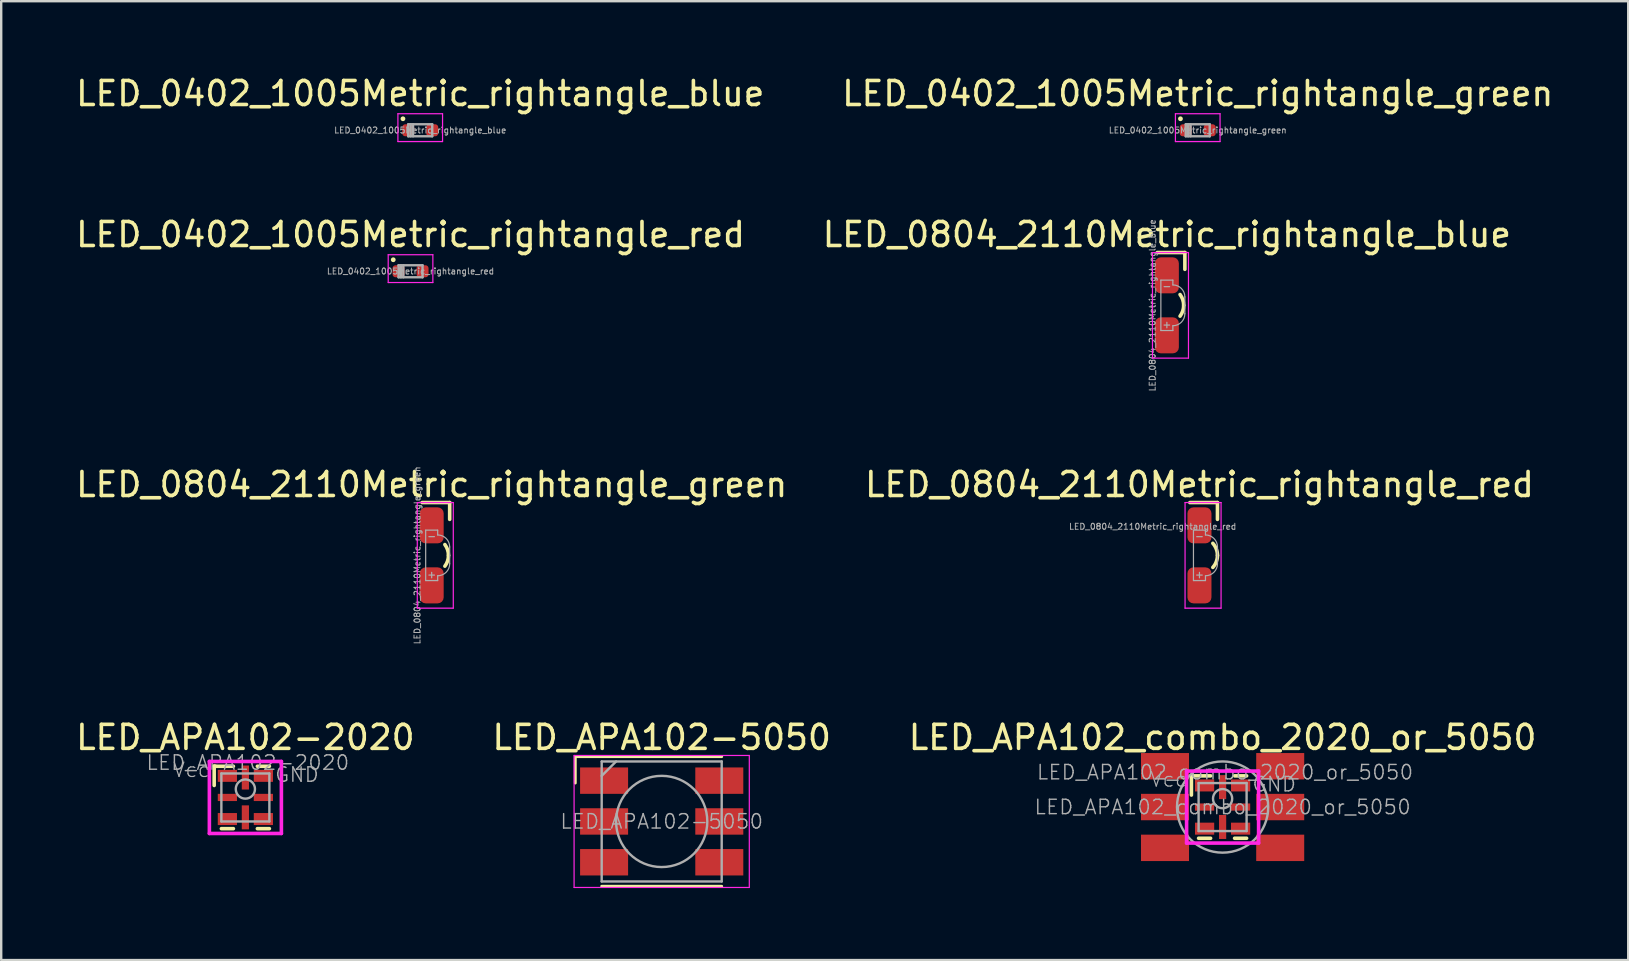
<source format=kicad_pcb>
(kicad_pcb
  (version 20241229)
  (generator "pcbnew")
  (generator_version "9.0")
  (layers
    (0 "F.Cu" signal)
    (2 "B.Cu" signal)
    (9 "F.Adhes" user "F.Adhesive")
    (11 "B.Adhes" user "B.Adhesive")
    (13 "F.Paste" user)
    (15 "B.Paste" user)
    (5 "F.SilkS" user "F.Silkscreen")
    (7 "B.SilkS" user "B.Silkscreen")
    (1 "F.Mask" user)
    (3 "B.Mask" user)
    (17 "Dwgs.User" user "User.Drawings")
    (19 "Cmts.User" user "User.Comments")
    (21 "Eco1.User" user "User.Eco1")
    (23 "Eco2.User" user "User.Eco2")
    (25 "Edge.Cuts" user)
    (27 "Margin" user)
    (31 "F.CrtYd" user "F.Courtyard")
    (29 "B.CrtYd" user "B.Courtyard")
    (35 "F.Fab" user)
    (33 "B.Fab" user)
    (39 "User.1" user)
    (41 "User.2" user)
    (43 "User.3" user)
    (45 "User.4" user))
  (footprint "LED_APA102-2020"
    (layer "F.Cu")
    (at 7.173 30.174)
    (property "Reference" "LED_APA102-2020" (at 0 -2.5 180) (layer "F.SilkS") (effects (font (size 1 1) (thickness 0.15))))
    (attr smd)
    (fp_line (start -1.3 -1.3) (end -1.3 -0.5) (stroke (width 0.15) (type solid)) (layer "F.SilkS"))
    (fp_line (start -1.25 -1.3) (end -1.3 -1.3) (stroke (width 0.15) (type solid)) (layer "F.SilkS"))
    (fp_line (start -0.5 -1.3) (end -1.3 -1.3) (stroke (width 0.15) (type solid)) (layer "F.SilkS"))
    (fp_line (start -0.5 1.3) (end -1 1.3) (stroke (width 0.15) (type solid)) (layer "F.SilkS"))
    (fp_line (start 1 -1.3) (end 0.5 -1.3) (stroke (width 0.15) (type solid)) (layer "F.SilkS"))
    (fp_line (start 1 1.3) (end 0.5 1.3) (stroke (width 0.15) (type solid)) (layer "F.SilkS"))
    (fp_line (start -1.5 -1.5) (end 1.5 -1.5) (stroke (width 0.15) (type solid)) (layer "F.CrtYd"))
    (fp_line (start -1.5 1.5) (end -1.5 -1.5) (stroke (width 0.15) (type solid)) (layer "F.CrtYd"))
    (fp_line (start 1.5 -1.5) (end 1.5 1.5) (stroke (width 0.15) (type solid)) (layer "F.CrtYd"))
    (fp_line (start 1.5 1.5) (end -1.5 1.5) (stroke (width 0.15) (type solid)) (layer "F.CrtYd"))
    (fp_line (start -1 -1) (end -1 1) (stroke (width 0.1) (type solid)) (layer "F.Fab"))
    (fp_line (start -1 1) (end 1 1) (stroke (width 0.1) (type solid)) (layer "F.Fab"))
    (fp_line (start 1 -1) (end -1 -1) (stroke (width 0.1) (type solid)) (layer "F.Fab"))
    (fp_line (start 1 1) (end 1 -1) (stroke (width 0.1) (type solid)) (layer "F.Fab"))
    (fp_circle (center 0 -0.35) (end 0.4 -0.35) (stroke (width 0.1) (type solid)) (fill no) (layer "F.Fab"))
    (fp_text user "${REFERENCE}" (at 0.1 -1.45 0) (layer "F.Fab") (effects (font (size 0.6 0.6) (thickness 0.06))))
    (fp_text user "Vcc" (at -2.25 -1.15 0) (layer "F.Fab") (effects (font (size 0.6 0.6) (thickness 0.05))))
    (fp_text user "GND" (at 2.15 -0.95 0) (layer "F.Fab") (effects (font (size 0.6 0.6) (thickness 0.06))))
    (pad "1" smd rect (at -0.75 -0.9) (size 0.8 0.5) (layers "F.Cu" "F.Mask" "F.Paste"))
    (pad "1" smd rect (at 0 -0.83) (size 0.3 1) (layers "F.Cu" "F.Mask" "F.Paste"))
    (pad "2" smd rect (at -0.75 0) (size 0.8 0.3) (layers "F.Cu" "F.Mask" "F.Paste"))
    (pad "3" smd rect (at -0.75 0.9) (size 0.8 0.5) (layers "F.Cu" "F.Mask" "F.Paste"))
    (pad "4" smd rect (at 0.75 0.9) (size 0.8 0.5) (layers "F.Cu" "F.Mask" "F.Paste"))
    (pad "5" smd rect (at 0.75 0) (size 0.8 0.3) (layers "F.Cu" "F.Mask" "F.Paste"))
    (pad "6" smd rect (at 0 0.83) (size 0.3 1) (layers "F.Cu" "F.Mask" "F.Paste"))
    (pad "6" smd rect (at 0.75 -0.9) (size 0.8 0.5) (layers "F.Cu" "F.Mask" "F.Paste")))
  (footprint "LED_0804_2110Metric_rightangle_green"
    (layer "F.Cu")
    (at 14.935 20.088)
    (property "Reference" "LED_0804_2110Metric_rightangle_green" (at 0 -2.95 0) (layer "F.SilkS") (effects (font (size 1 1) (thickness 0.15))))
    (attr smd)
    (fp_line (start 0.75 -2.2) (end -0.4 -2.2) (stroke (width 0.15) (type solid)) (layer "F.SilkS"))
    (fp_line (start 0.75 -2.2) (end 0.75 -1.5) (stroke (width 0.15) (type solid)) (layer "F.SilkS"))
    (fp_arc (start 0.55 -0.45) (mid 0.661512 -0.237171) (end 0.7 0) (stroke (width 0.15) (type solid)) (layer "F.SilkS"))
    (fp_arc (start 0.7 0) (mid 0.661512 0.237171) (end 0.55 0.45) (stroke (width 0.15) (type solid)) (layer "F.SilkS"))
    (fp_line (start -0.6 -2.2) (end -0.6 2.2) (stroke (width 0.05) (type solid)) (layer "F.CrtYd"))
    (fp_line (start -0.6 -2.2) (end 0.9 -2.2) (stroke (width 0.05) (type solid)) (layer "F.CrtYd"))
    (fp_line (start -0.6 2.2) (end 0.9 2.2) (stroke (width 0.05) (type solid)) (layer "F.CrtYd"))
    (fp_line (start 0.9 -2.2) (end 0.9 2.2) (stroke (width 0.05) (type solid)) (layer "F.CrtYd"))
    (fp_line (start -0.25 -1.05) (end -0.25 1.05) (stroke (width 0.05) (type solid)) (layer "F.Fab"))
    (fp_line (start -0.25 1.05) (end 0.25 1.05) (stroke (width 0.05) (type solid)) (layer "F.Fab"))
    (fp_line (start 0.25 -1.05) (end -0.25 -1.05) (stroke (width 0.05) (type solid)) (layer "F.Fab"))
    (fp_line (start 0.25 -1.05) (end 0.25 -0.85) (stroke (width 0.05) (type solid)) (layer "F.Fab"))
    (fp_line (start 0.25 1.05) (end 0.25 0.85) (stroke (width 0.05) (type solid)) (layer "F.Fab"))
    (fp_line (start 0.75 0) (end 0.75 -0.35) (stroke (width 0.05) (type solid)) (layer "F.Fab"))
    (fp_line (start 0.75 0) (end 0.75 0.35) (stroke (width 0.05) (type solid)) (layer "F.Fab"))
    (fp_arc (start 0.25 -0.85) (mid 0.603553 -0.703553) (end 0.75 -0.35) (stroke (width 0.05) (type solid)) (layer "F.Fab"))
    (fp_arc (start 0.75 0.35) (mid 0.603553 0.703553) (end 0.25 0.85) (stroke (width 0.05) (type solid)) (layer "F.Fab"))
    (fp_text user "+" (at 0 0.8 180) (layer "F.Fab") (effects (font (size 0.3 0.3) (thickness 0.05))))
    (fp_text user "-" (at 0 -0.8 0) (layer "F.Fab") (effects (font (size 0.3 0.3) (thickness 0.05))))
    (fp_text user "${REFERENCE}" (at -0.6 0 270) (layer "F.Fab") (effects (font (size 0.25 0.25) (thickness 0.04))))
    (pad "1" smd roundrect (at 0 -1.25) (size 1 1.5) (layers "F.Cu" "F.Mask" "F.Paste") (roundrect_rratio 0.25))
    (pad "2" smd roundrect (at 0 1.25 180) (size 1 1.5) (layers "F.Cu" "F.Mask" "F.Paste") (roundrect_rratio 0.25)))
  (footprint "LED_APA102_combo_2020_or_5050"
    (layer "F.Cu")
    (at 47.887 30.574)
    (property "Reference" "LED_APA102_combo_2020_or_5050" (at 0 -2.9 180) (layer "F.SilkS") (effects (font (size 1 1) (thickness 0.15))))
    (attr smd)
    (fp_line (start -1.3 -1.3) (end -1.3 -0.5) (stroke (width 0.15) (type solid)) (layer "F.SilkS"))
    (fp_line (start -1.25 -1.3) (end -1.3 -1.3) (stroke (width 0.15) (type solid)) (layer "F.SilkS"))
    (fp_line (start -0.5 -1.3) (end -1.3 -1.3) (stroke (width 0.15) (type solid)) (layer "F.SilkS"))
    (fp_line (start -0.5 1.3) (end -1 1.3) (stroke (width 0.15) (type solid)) (layer "F.SilkS"))
    (fp_line (start 1 -1.3) (end 0.5 -1.3) (stroke (width 0.15) (type solid)) (layer "F.SilkS"))
    (fp_line (start 1 1.3) (end 0.5 1.3) (stroke (width 0.15) (type solid)) (layer "F.SilkS"))
    (fp_line (start -1.5 -1.5) (end 1.5 -1.5) (stroke (width 0.15) (type solid)) (layer "F.CrtYd"))
    (fp_line (start -1.5 1.5) (end -1.5 -1.5) (stroke (width 0.15) (type solid)) (layer "F.CrtYd"))
    (fp_line (start 1.5 -1.5) (end 1.5 1.5) (stroke (width 0.15) (type solid)) (layer "F.CrtYd"))
    (fp_line (start 1.5 1.5) (end -1.5 1.5) (stroke (width 0.15) (type solid)) (layer "F.CrtYd"))
    (fp_line (start -1 -1) (end -1 1) (stroke (width 0.1) (type solid)) (layer "F.Fab"))
    (fp_line (start -1 1) (end 1 1) (stroke (width 0.1) (type solid)) (layer "F.Fab"))
    (fp_line (start 1 -1) (end -1 -1) (stroke (width 0.1) (type solid)) (layer "F.Fab"))
    (fp_line (start 1 1) (end 1 -1) (stroke (width 0.1) (type solid)) (layer "F.Fab"))
    (fp_circle (center 0 -0.35) (end 0.4 -0.35) (stroke (width 0.1) (type solid)) (fill no) (layer "F.Fab"))
    (fp_circle (center 0 0) (end 0 -1.9) (stroke (width 0.1) (type solid)) (fill no) (layer "F.Fab"))
    (fp_text user "GND" (at 2.15 -0.95 0) (layer "F.Fab") (effects (font (size 0.6 0.6) (thickness 0.06))))
    (fp_text user "${REFERENCE}" (at 0.1 -1.45 0) (layer "F.Fab") (effects (font (size 0.6 0.6) (thickness 0.06))))
    (fp_text user "Vcc" (at -2.25 -1.15 0) (layer "F.Fab") (effects (font (size 0.6 0.6) (thickness 0.05))))
    (fp_text user "${REFERENCE}" (at 0 0 0) (layer "F.Fab") (effects (font (size 0.6 0.6) (thickness 0.06))))
    (pad "1" smd rect (at -2.4 -1.7 90) (size 1.1 2) (layers "F.Cu" "F.Mask" "F.Paste"))
    (pad "1" smd rect (at -0.75 -0.9) (size 0.8 0.5) (layers "F.Cu" "F.Mask" "F.Paste"))
    (pad "1" smd rect (at 0 -0.83) (size 0.3 1) (layers "F.Cu" "F.Mask" "F.Paste"))
    (pad "2" smd rect (at -2.4 0 90) (size 1.1 2) (layers "F.Cu" "F.Mask" "F.Paste"))
    (pad "2" smd rect (at -0.75 0) (size 0.8 0.3) (layers "F.Cu" "F.Mask" "F.Paste"))
    (pad "3" smd rect (at -2.4 1.7 90) (size 1.1 2) (layers "F.Cu" "F.Mask" "F.Paste"))
    (pad "3" smd rect (at -0.75 0.9) (size 0.8 0.5) (layers "F.Cu" "F.Mask" "F.Paste"))
    (pad "4" smd rect (at 0.75 0.9) (size 0.8 0.5) (layers "F.Cu" "F.Mask" "F.Paste"))
    (pad "4" smd rect (at 2.4 1.7 90) (size 1.1 2) (layers "F.Cu" "F.Mask" "F.Paste"))
    (pad "5" smd rect (at 0.75 0) (size 0.8 0.3) (layers "F.Cu" "F.Mask" "F.Paste"))
    (pad "5" smd rect (at 2.4 0 90) (size 1.1 2) (layers "F.Cu" "F.Mask" "F.Paste"))
    (pad "6" smd rect (at 0 0.83) (size 0.3 1) (layers "F.Cu" "F.Mask" "F.Paste"))
    (pad "6" smd rect (at 0.75 -0.9) (size 0.8 0.5) (layers "F.Cu" "F.Mask" "F.Paste"))
    (pad "6" smd rect (at 2.4 -1.7 90) (size 1.1 2) (layers "F.Cu" "F.Mask" "F.Paste")))
  (footprint "LED_0402_1005Metric_rightangle_blue"
    (layer "F.Cu")
    (at 14.458 2.378)
    (property "Reference" "LED_0402_1005Metric_rightangle_blue" (at 0 -1.53 0) (layer "F.SilkS") (effects (font (size 1 1) (thickness 0.15))))
    (attr smd)
    (fp_circle (center -0.72 -0.48) (end -0.67 -0.48) (stroke (width 0.1) (type solid)) (fill no) (layer "F.SilkS"))
    (fp_line (start -0.93 -0.69) (end 0.93 -0.69) (stroke (width 0.05) (type solid)) (layer "F.CrtYd"))
    (fp_line (start -0.93 0.47) (end -0.93 -0.69) (stroke (width 0.05) (type solid)) (layer "F.CrtYd"))
    (fp_line (start 0.93 -0.69) (end 0.93 0.47) (stroke (width 0.05) (type solid)) (layer "F.CrtYd"))
    (fp_line (start 0.93 0.47) (end -0.93 0.47) (stroke (width 0.05) (type solid)) (layer "F.CrtYd"))
    (fp_line (start -0.5 -0.25) (end 0.5 -0.25) (stroke (width 0.1) (type solid)) (layer "F.Fab"))
    (fp_line (start -0.5 0.25) (end -0.5 -0.25) (stroke (width 0.1) (type solid)) (layer "F.Fab"))
    (fp_line (start -0.4 0.25) (end -0.4 -0.25) (stroke (width 0.1) (type solid)) (layer "F.Fab"))
    (fp_line (start -0.3 0.25) (end -0.3 -0.25) (stroke (width 0.1) (type solid)) (layer "F.Fab"))
    (fp_line (start 0.5 -0.25) (end 0.5 0.25) (stroke (width 0.1) (type solid)) (layer "F.Fab"))
    (fp_line (start 0.5 0.25) (end -0.5 0.25) (stroke (width 0.1) (type solid)) (layer "F.Fab"))
    (fp_text user "${REFERENCE}" (at 0 0 0) (layer "F.Fab") (effects (font (size 0.25 0.25) (thickness 0.04))))
    (pad "1" smd roundrect (at -0.5 0) (size 0.5 0.5) (layers "F.Cu" "F.Mask" "F.Paste") (roundrect_rratio 0.25))
    (pad "2" smd roundrect (at 0.5 0) (size 0.5 0.5) (layers "F.Cu" "F.Mask" "F.Paste") (roundrect_rratio 0.25)))
  (footprint "LED_APA102-5050"
    (layer "F.Cu")
    (at 24.518 31.174)
    (property "Reference" "LED_APA102-5050" (at 0 -3.5 180) (layer "F.SilkS") (effects (font (size 1 1) (thickness 0.15))))
    (attr smd)
    (fp_line (start -3.6 -2.7) (end 2.5 -2.7) (stroke (width 0.12) (type solid)) (layer "F.SilkS"))
    (fp_line (start -3.6 -1.6) (end -3.6 -2.7) (stroke (width 0.12) (type solid)) (layer "F.SilkS"))
    (fp_line (start 2.5 2.7) (end -2.5 2.7) (stroke (width 0.12) (type solid)) (layer "F.SilkS"))
    (fp_line (start -3.65 -2.75) (end -3.65 2.75) (stroke (width 0.05) (type solid)) (layer "F.CrtYd"))
    (fp_line (start -3.65 2.75) (end 3.65 2.75) (stroke (width 0.05) (type solid)) (layer "F.CrtYd"))
    (fp_line (start 3.65 -2.75) (end -3.65 -2.75) (stroke (width 0.05) (type solid)) (layer "F.CrtYd"))
    (fp_line (start 3.65 2.75) (end 3.65 -2.75) (stroke (width 0.05) (type solid)) (layer "F.CrtYd"))
    (fp_line (start -2.5 -2.5) (end -2.5 2.5) (stroke (width 0.1) (type solid)) (layer "F.Fab"))
    (fp_line (start -2.5 -1.9) (end -1.9 -2.5) (stroke (width 0.1) (type solid)) (layer "F.Fab"))
    (fp_line (start -2.5 2.5) (end 2.5 2.5) (stroke (width 0.1) (type solid)) (layer "F.Fab"))
    (fp_line (start 2.5 -2.5) (end -2.5 -2.5) (stroke (width 0.1) (type solid)) (layer "F.Fab"))
    (fp_line (start 2.5 2.5) (end 2.5 -2.5) (stroke (width 0.1) (type solid)) (layer "F.Fab"))
    (fp_circle (center 0 0) (end 0 -1.9) (stroke (width 0.1) (type solid)) (fill no) (layer "F.Fab"))
    (fp_text user "${REFERENCE}" (at 0 0 0) (layer "F.Fab") (effects (font (size 0.6 0.6) (thickness 0.06))))
    (pad "1" smd rect (at -2.4 -1.7 90) (size 1.1 2) (layers "F.Cu" "F.Mask" "F.Paste"))
    (pad "2" smd rect (at -2.4 0 90) (size 1.1 2) (layers "F.Cu" "F.Mask" "F.Paste"))
    (pad "3" smd rect (at -2.4 1.7 90) (size 1.1 2) (layers "F.Cu" "F.Mask" "F.Paste"))
    (pad "4" smd rect (at 2.4 1.7 90) (size 1.1 2) (layers "F.Cu" "F.Mask" "F.Paste"))
    (pad "5" smd rect (at 2.4 0 90) (size 1.1 2) (layers "F.Cu" "F.Mask" "F.Paste"))
    (pad "6" smd rect (at 2.4 -1.7 90) (size 1.1 2) (layers "F.Cu" "F.Mask" "F.Paste")))
  (footprint "LED_0804_2110Metric_rightangle_red"
    (layer "F.Cu")
    (at 46.923 20.088)
    (property "Reference" "LED_0804_2110Metric_rightangle_red" (at 0 -2.95 0) (layer "F.SilkS") (effects (font (size 1 1) (thickness 0.15))))
    (attr smd)
    (fp_line (start 0.75 -2.2) (end -0.4 -2.2) (stroke (width 0.15) (type solid)) (layer "F.SilkS"))
    (fp_line (start 0.75 -2.2) (end 0.75 -1.5) (stroke (width 0.15) (type solid)) (layer "F.SilkS"))
    (fp_arc (start 0.557471 -0.501724) (mid 0.700216 -0.268698) (end 0.75 0) (stroke (width 0.15) (type solid)) (layer "F.SilkS"))
    (fp_arc (start 0.75 0) (mid 0.700185 0.268776) (end 0.557359 0.501848) (stroke (width 0.15) (type solid)) (layer "F.SilkS"))
    (fp_line (start -0.6 -2.2) (end -0.6 2.2) (stroke (width 0.05) (type solid)) (layer "F.CrtYd"))
    (fp_line (start -0.6 -2.2) (end 0.9 -2.2) (stroke (width 0.05) (type solid)) (layer "F.CrtYd"))
    (fp_line (start -0.6 2.2) (end 0.9 2.2) (stroke (width 0.05) (type solid)) (layer "F.CrtYd"))
    (fp_line (start 0.9 -2.2) (end 0.9 2.2) (stroke (width 0.05) (type solid)) (layer "F.CrtYd"))
    (fp_line (start -0.25 -1.05) (end -0.25 1.05) (stroke (width 0.05) (type solid)) (layer "F.Fab"))
    (fp_line (start -0.25 1.05) (end 0.25 1.05) (stroke (width 0.05) (type solid)) (layer "F.Fab"))
    (fp_line (start 0.25 -1.05) (end -0.25 -1.05) (stroke (width 0.05) (type solid)) (layer "F.Fab"))
    (fp_line (start 0.25 -1.05) (end 0.25 -0.85) (stroke (width 0.05) (type solid)) (layer "F.Fab"))
    (fp_line (start 0.25 1.05) (end 0.25 0.85) (stroke (width 0.05) (type solid)) (layer "F.Fab"))
    (fp_line (start 0.75 0) (end 0.75 -0.35) (stroke (width 0.05) (type solid)) (layer "F.Fab"))
    (fp_line (start 0.75 0) (end 0.75 0.35) (stroke (width 0.05) (type solid)) (layer "F.Fab"))
    (fp_arc (start 0.25 -0.85) (mid 0.603553 -0.703553) (end 0.75 -0.35) (stroke (width 0.05) (type solid)) (layer "F.Fab"))
    (fp_arc (start 0.75 0.35) (mid 0.603553 0.703553) (end 0.25 0.85) (stroke (width 0.05) (type solid)) (layer "F.Fab"))
    (fp_text user "${REFERENCE}" (at -1.95 -1.2 0) (layer "F.Fab") (effects (font (size 0.25 0.25) (thickness 0.04))))
    (fp_text user "-" (at 0 -0.8 0) (layer "F.Fab") (effects (font (size 0.3 0.3) (thickness 0.05))))
    (fp_text user "+" (at 0 0.8 180) (layer "F.Fab") (effects (font (size 0.3 0.3) (thickness 0.05))))
    (pad "1" smd roundrect (at 0 -1.25) (size 1 1.5) (layers "F.Cu" "F.Mask" "F.Paste") (roundrect_rratio 0.25))
    (pad "2" smd roundrect (at 0 1.25 180) (size 1 1.5) (layers "F.Cu" "F.Mask" "F.Paste") (roundrect_rratio 0.25)))
  (footprint "LED_0804_2110Metric_rightangle_blue"
    (layer "F.Cu")
    (at 45.565 9.671)
    (property "Reference" "LED_0804_2110Metric_rightangle_blue" (at 0 -2.95 0) (layer "F.SilkS") (effects (font (size 1 1) (thickness 0.15))))
    (attr smd)
    (fp_line (start 0.75 -2.2) (end -0.4 -2.2) (stroke (width 0.15) (type solid)) (layer "F.SilkS"))
    (fp_line (start 0.75 -2.2) (end 0.75 -1.5) (stroke (width 0.15) (type solid)) (layer "F.SilkS"))
    (fp_arc (start 0.55 -0.45) (mid 0.661512 -0.237171) (end 0.7 0) (stroke (width 0.15) (type solid)) (layer "F.SilkS"))
    (fp_arc (start 0.7 0) (mid 0.661512 0.237171) (end 0.55 0.45) (stroke (width 0.15) (type solid)) (layer "F.SilkS"))
    (fp_line (start -0.6 -2.2) (end -0.6 2.2) (stroke (width 0.05) (type solid)) (layer "F.CrtYd"))
    (fp_line (start -0.6 -2.2) (end 0.9 -2.2) (stroke (width 0.05) (type solid)) (layer "F.CrtYd"))
    (fp_line (start -0.6 2.2) (end 0.9 2.2) (stroke (width 0.05) (type solid)) (layer "F.CrtYd"))
    (fp_line (start 0.9 -2.2) (end 0.9 2.2) (stroke (width 0.05) (type solid)) (layer "F.CrtYd"))
    (fp_line (start -0.25 -1.05) (end -0.25 1.05) (stroke (width 0.05) (type solid)) (layer "F.Fab"))
    (fp_line (start -0.25 1.05) (end 0.25 1.05) (stroke (width 0.05) (type solid)) (layer "F.Fab"))
    (fp_line (start 0.25 -1.05) (end -0.25 -1.05) (stroke (width 0.05) (type solid)) (layer "F.Fab"))
    (fp_line (start 0.25 -1.05) (end 0.25 -0.85) (stroke (width 0.05) (type solid)) (layer "F.Fab"))
    (fp_line (start 0.25 1.05) (end 0.25 0.85) (stroke (width 0.05) (type solid)) (layer "F.Fab"))
    (fp_line (start 0.75 0) (end 0.75 -0.35) (stroke (width 0.05) (type solid)) (layer "F.Fab"))
    (fp_line (start 0.75 0) (end 0.75 0.35) (stroke (width 0.05) (type solid)) (layer "F.Fab"))
    (fp_arc (start 0.25 -0.85) (mid 0.603553 -0.703553) (end 0.75 -0.35) (stroke (width 0.05) (type solid)) (layer "F.Fab"))
    (fp_arc (start 0.75 0.35) (mid 0.603553 0.703553) (end 0.25 0.85) (stroke (width 0.05) (type solid)) (layer "F.Fab"))
    (fp_text user "-" (at 0 -0.8 0) (layer "F.Fab") (effects (font (size 0.3 0.3) (thickness 0.05))))
    (fp_text user "+" (at 0 0.8 180) (layer "F.Fab") (effects (font (size 0.3 0.3) (thickness 0.05))))
    (fp_text user "${REFERENCE}" (at -0.6 0 270) (layer "F.Fab") (effects (font (size 0.25 0.25) (thickness 0.04))))
    (pad "1" smd roundrect (at 0 -1.25) (size 1 1.5) (layers "F.Cu" "F.Mask" "F.Paste") (roundrect_rratio 0.25))
    (pad "2" smd roundrect (at 0 1.25 180) (size 1 1.5) (layers "F.Cu" "F.Mask" "F.Paste") (roundrect_rratio 0.25)))
  (footprint "LED_0402_1005Metric_rightangle_red"
    (layer "F.Cu")
    (at 14.054 8.252)
    (property "Reference" "LED_0402_1005Metric_rightangle_red" (at 0 -1.53 0) (layer "F.SilkS") (effects (font (size 1 1) (thickness 0.15))))
    (attr smd)
    (fp_circle (center -0.72 -0.48) (end -0.67 -0.48) (stroke (width 0.1) (type solid)) (fill no) (layer "F.SilkS"))
    (fp_line (start -0.93 -0.69) (end 0.93 -0.69) (stroke (width 0.05) (type solid)) (layer "F.CrtYd"))
    (fp_line (start -0.93 0.47) (end -0.93 -0.69) (stroke (width 0.05) (type solid)) (layer "F.CrtYd"))
    (fp_line (start 0.93 -0.69) (end 0.93 0.47) (stroke (width 0.05) (type solid)) (layer "F.CrtYd"))
    (fp_line (start 0.93 0.47) (end -0.93 0.47) (stroke (width 0.05) (type solid)) (layer "F.CrtYd"))
    (fp_line (start -0.5 -0.25) (end 0.5 -0.25) (stroke (width 0.1) (type solid)) (layer "F.Fab"))
    (fp_line (start -0.5 0.25) (end -0.5 -0.25) (stroke (width 0.1) (type solid)) (layer "F.Fab"))
    (fp_line (start -0.4 0.25) (end -0.4 -0.25) (stroke (width 0.1) (type solid)) (layer "F.Fab"))
    (fp_line (start -0.3 0.25) (end -0.3 -0.25) (stroke (width 0.1) (type solid)) (layer "F.Fab"))
    (fp_line (start 0.5 -0.25) (end 0.5 0.25) (stroke (width 0.1) (type solid)) (layer "F.Fab"))
    (fp_line (start 0.5 0.25) (end -0.5 0.25) (stroke (width 0.1) (type solid)) (layer "F.Fab"))
    (fp_text user "${REFERENCE}" (at 0 0 0) (layer "F.Fab") (effects (font (size 0.25 0.25) (thickness 0.04))))
    (pad "1" smd roundrect (at -0.5 0) (size 0.5 0.5) (layers "F.Cu" "F.Mask" "F.Paste") (roundrect_rratio 0.25))
    (pad "2" smd roundrect (at 0.5 0) (size 0.5 0.5) (layers "F.Cu" "F.Mask" "F.Paste") (roundrect_rratio 0.25)))
  (footprint "LED_0402_1005Metric_rightangle_green"
    (layer "F.Cu")
    (at 46.851 2.378)
    (property "Reference" "LED_0402_1005Metric_rightangle_green" (at 0 -1.53 0) (layer "F.SilkS") (effects (font (size 1 1) (thickness 0.15))))
    (attr smd)
    (fp_circle (center -0.72 -0.48) (end -0.67 -0.48) (stroke (width 0.1) (type solid)) (fill no) (layer "F.SilkS"))
    (fp_line (start -0.93 -0.69) (end 0.93 -0.69) (stroke (width 0.05) (type solid)) (layer "F.CrtYd"))
    (fp_line (start -0.93 0.47) (end -0.93 -0.69) (stroke (width 0.05) (type solid)) (layer "F.CrtYd"))
    (fp_line (start 0.93 -0.69) (end 0.93 0.47) (stroke (width 0.05) (type solid)) (layer "F.CrtYd"))
    (fp_line (start 0.93 0.47) (end -0.93 0.47) (stroke (width 0.05) (type solid)) (layer "F.CrtYd"))
    (fp_line (start -0.5 -0.25) (end 0.5 -0.25) (stroke (width 0.1) (type solid)) (layer "F.Fab"))
    (fp_line (start -0.5 0.25) (end -0.5 -0.25) (stroke (width 0.1) (type solid)) (layer "F.Fab"))
    (fp_line (start -0.4 0.25) (end -0.4 -0.25) (stroke (width 0.1) (type solid)) (layer "F.Fab"))
    (fp_line (start -0.3 0.25) (end -0.3 -0.25) (stroke (width 0.1) (type solid)) (layer "F.Fab"))
    (fp_line (start 0.5 -0.25) (end 0.5 0.25) (stroke (width 0.1) (type solid)) (layer "F.Fab"))
    (fp_line (start 0.5 0.25) (end -0.5 0.25) (stroke (width 0.1) (type solid)) (layer "F.Fab"))
    (fp_text user "${REFERENCE}" (at 0 0 0) (layer "F.Fab") (effects (font (size 0.25 0.25) (thickness 0.04))))
    (pad "1" smd roundrect (at -0.5 0) (size 0.5 0.5) (layers "F.Cu" "F.Mask" "F.Paste") (roundrect_rratio 0.25))
    (pad "2" smd roundrect (at 0.5 0) (size 0.5 0.5) (layers "F.Cu" "F.Mask" "F.Paste") (roundrect_rratio 0.25)))
  (gr_rect
    (start -3 -3)
    (end 64.786 36.949)
    (stroke (width 0.1) (type default))
    (fill no)
    (layer "Edge.Cuts")))
</source>
